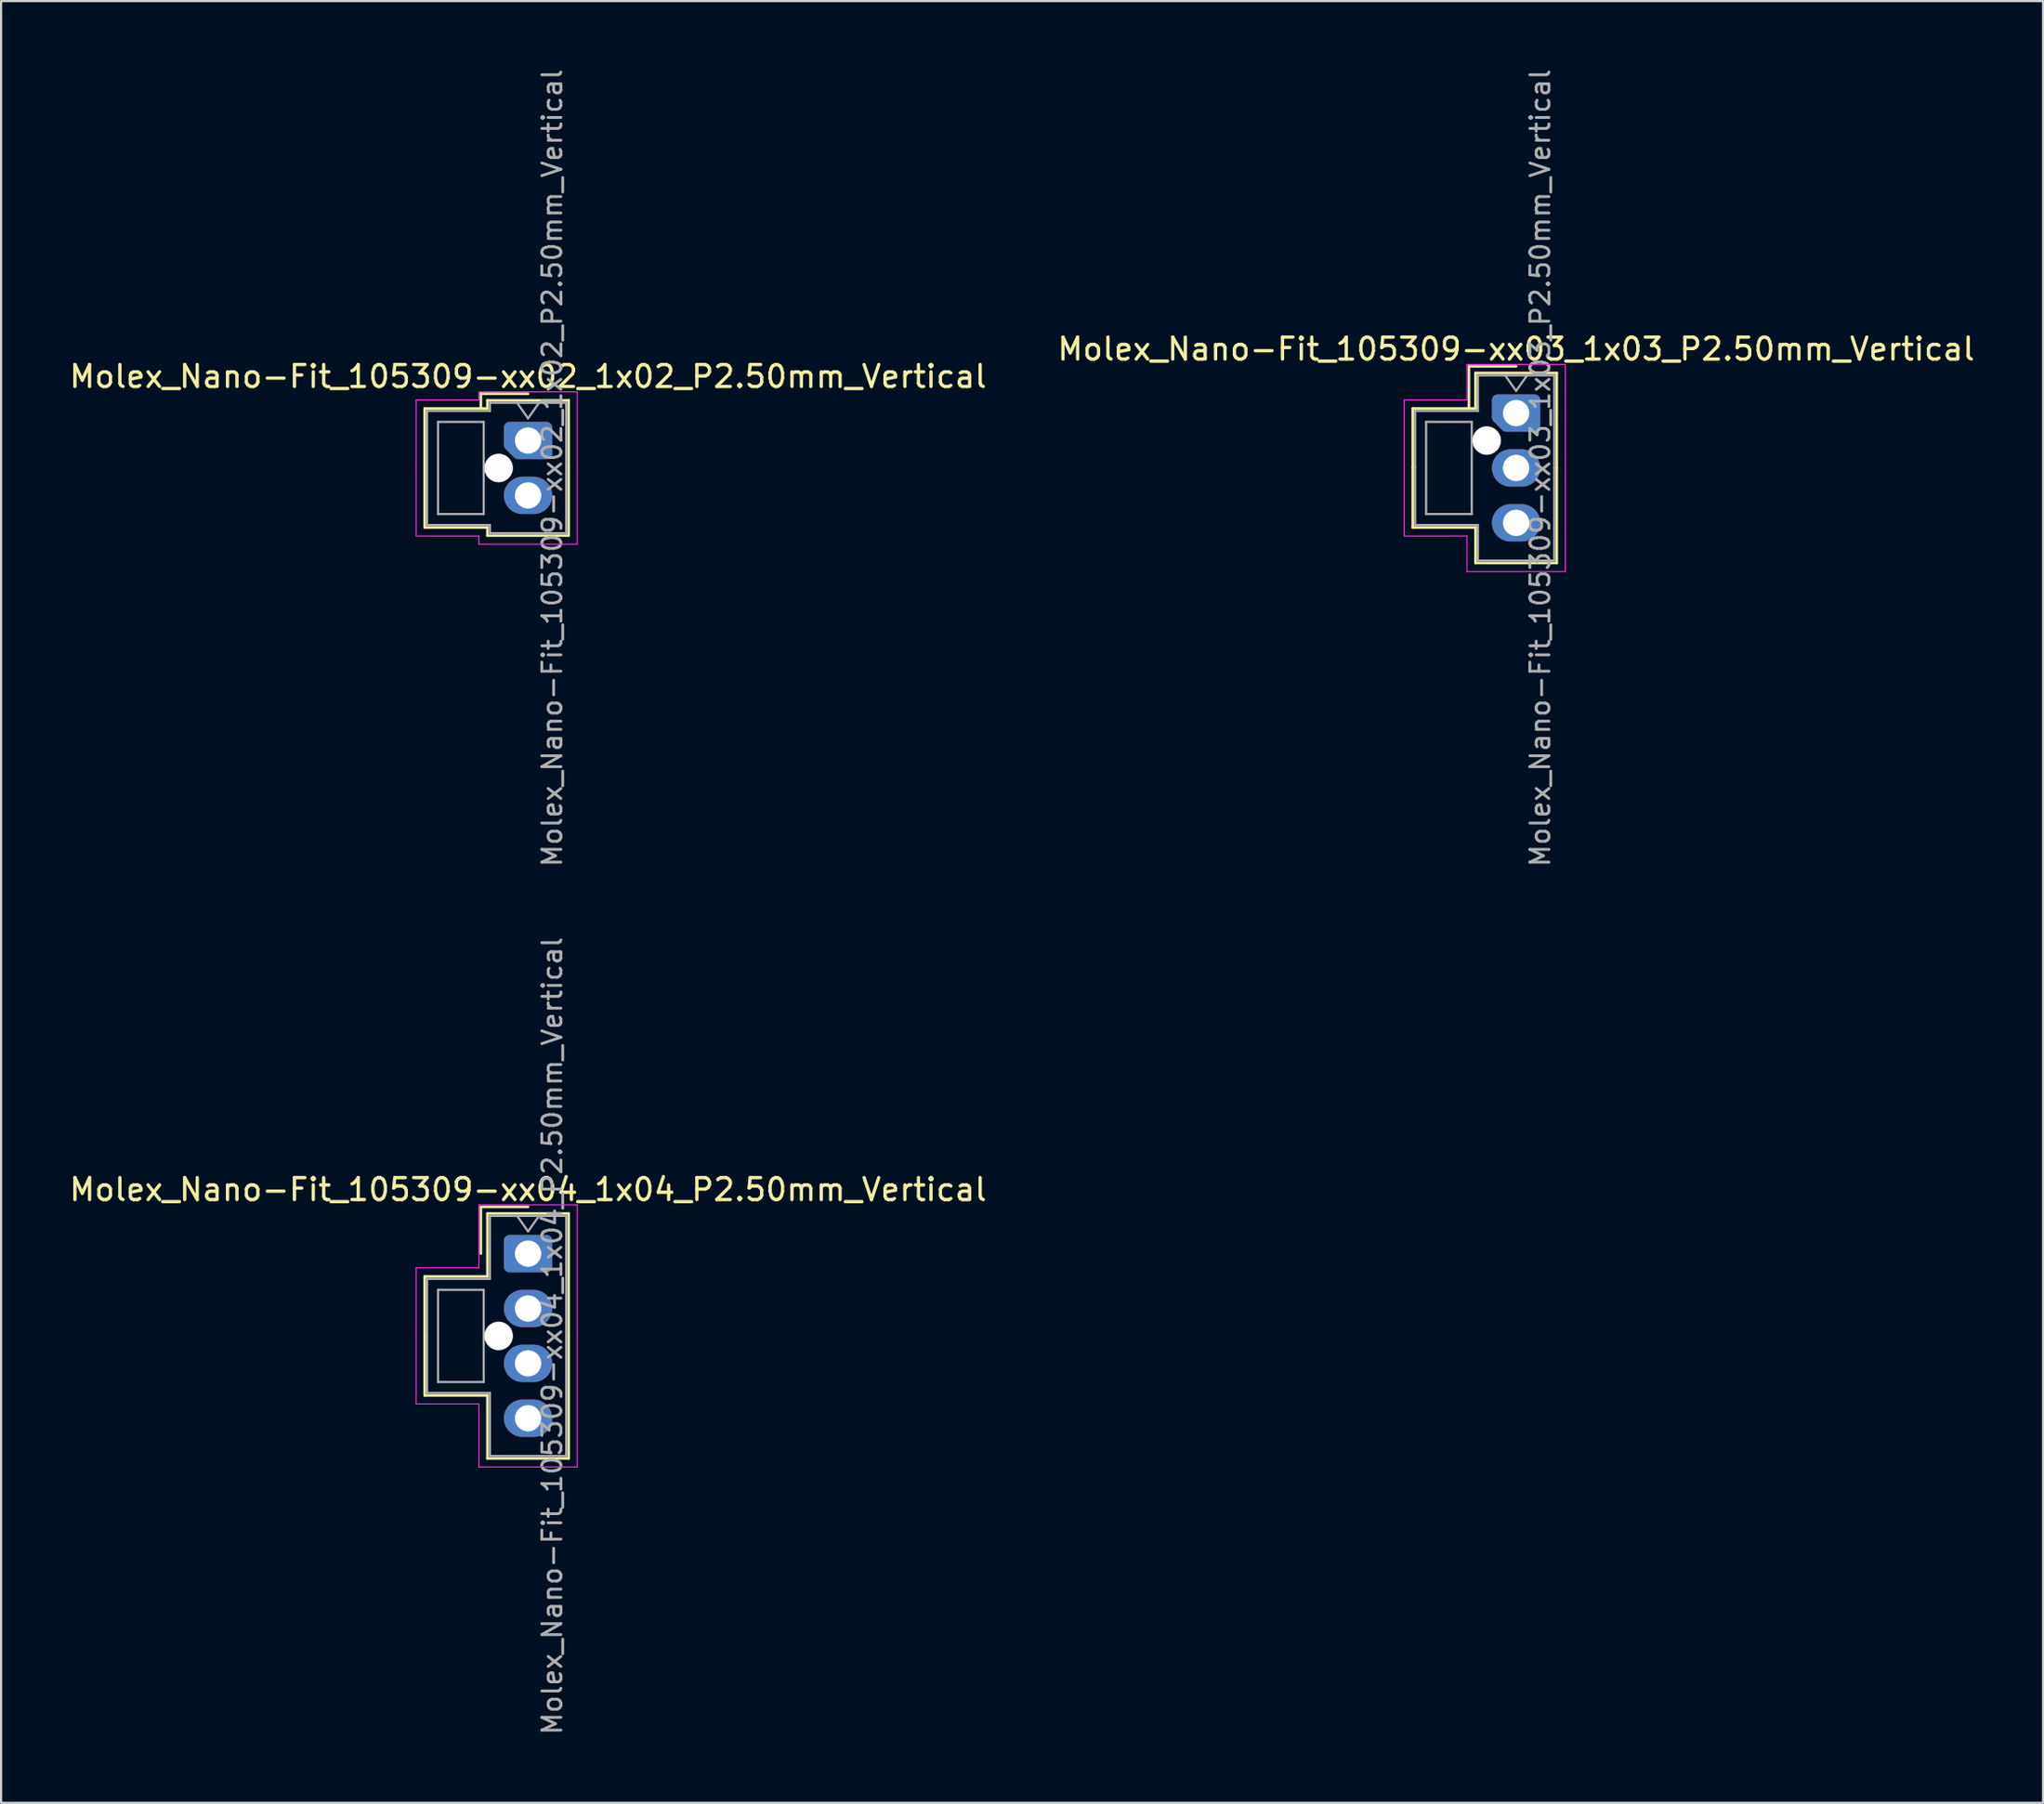
<source format=kicad_pcb>
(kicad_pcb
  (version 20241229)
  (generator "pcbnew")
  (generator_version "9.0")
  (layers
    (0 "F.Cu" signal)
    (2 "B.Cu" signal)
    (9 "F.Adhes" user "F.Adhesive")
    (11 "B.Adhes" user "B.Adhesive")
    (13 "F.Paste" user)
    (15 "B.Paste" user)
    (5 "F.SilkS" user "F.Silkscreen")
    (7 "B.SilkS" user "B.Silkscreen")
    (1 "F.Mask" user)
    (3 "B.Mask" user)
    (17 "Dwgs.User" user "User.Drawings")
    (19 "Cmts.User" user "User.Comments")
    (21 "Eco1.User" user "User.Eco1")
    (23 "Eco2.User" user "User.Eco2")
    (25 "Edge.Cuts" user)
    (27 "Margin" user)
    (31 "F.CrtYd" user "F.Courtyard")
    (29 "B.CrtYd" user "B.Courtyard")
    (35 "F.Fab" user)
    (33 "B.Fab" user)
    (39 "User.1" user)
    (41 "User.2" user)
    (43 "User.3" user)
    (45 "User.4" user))
  (footprint "Molex_Nano-Fit_105309-xx04_1x04_P2.50mm_Vertical"
    (layer "F.Cu")
    (at 21.006 54.073)
    (property "Reference" "Molex_Nano-Fit_105309-xx04_1x04_P2.50mm_Vertical" (at 0 -2.92 0) (layer "F.SilkS") (effects (font (size 1 1) (thickness 0.15))))
    (attr through_hole)
    (fp_line (start -4.71 1.04) (end -4.71 3.75) (stroke (width 0.12) (type solid)) (layer "F.SilkS"))
    (fp_line (start -4.71 6.46) (end -4.71 3.75) (stroke (width 0.12) (type solid)) (layer "F.SilkS"))
    (fp_line (start -2.15 -2.13) (end -2.15 0) (stroke (width 0.12) (type solid)) (layer "F.SilkS"))
    (fp_line (start -1.85 -1.83) (end -1.85 1.04) (stroke (width 0.12) (type solid)) (layer "F.SilkS"))
    (fp_line (start -1.85 1.04) (end -4.71 1.04) (stroke (width 0.12) (type solid)) (layer "F.SilkS"))
    (fp_line (start -1.85 6.46) (end -4.71 6.46) (stroke (width 0.12) (type solid)) (layer "F.SilkS"))
    (fp_line (start -1.85 9.33) (end -1.85 6.46) (stroke (width 0.12) (type solid)) (layer "F.SilkS"))
    (fp_line (start 0 -2.13) (end -2.15 -2.13) (stroke (width 0.12) (type solid)) (layer "F.SilkS"))
    (fp_line (start 1.85 -1.83) (end -1.85 -1.83) (stroke (width 0.12) (type solid)) (layer "F.SilkS"))
    (fp_line (start 1.85 3.75) (end 1.85 -1.83) (stroke (width 0.12) (type solid)) (layer "F.SilkS"))
    (fp_line (start 1.85 3.75) (end 1.85 9.33) (stroke (width 0.12) (type solid)) (layer "F.SilkS"))
    (fp_line (start 1.85 9.33) (end -1.85 9.33) (stroke (width 0.12) (type solid)) (layer "F.SilkS"))
    (fp_line (start -5.1 0.65) (end -5.1 3.75) (stroke (width 0.05) (type solid)) (layer "F.CrtYd"))
    (fp_line (start -5.1 6.85) (end -5.1 3.75) (stroke (width 0.05) (type solid)) (layer "F.CrtYd"))
    (fp_line (start -2.24 -2.22) (end -2.24 0.65) (stroke (width 0.05) (type solid)) (layer "F.CrtYd"))
    (fp_line (start -2.24 0.65) (end -5.1 0.65) (stroke (width 0.05) (type solid)) (layer "F.CrtYd"))
    (fp_line (start -2.24 6.85) (end -5.1 6.85) (stroke (width 0.05) (type solid)) (layer "F.CrtYd"))
    (fp_line (start -2.24 9.72) (end -2.24 6.85) (stroke (width 0.05) (type solid)) (layer "F.CrtYd"))
    (fp_line (start 2.24 -2.22) (end -2.24 -2.22) (stroke (width 0.05) (type solid)) (layer "F.CrtYd"))
    (fp_line (start 2.24 3.75) (end 2.24 -2.22) (stroke (width 0.05) (type solid)) (layer "F.CrtYd"))
    (fp_line (start 2.24 3.75) (end 2.24 9.72) (stroke (width 0.05) (type solid)) (layer "F.CrtYd"))
    (fp_line (start 2.24 9.72) (end -2.24 9.72) (stroke (width 0.05) (type solid)) (layer "F.CrtYd"))
    (fp_line (start -4.6 1.15) (end -4.6 3.75) (stroke (width 0.1) (type solid)) (layer "F.Fab"))
    (fp_line (start -4.6 6.35) (end -4.6 3.75) (stroke (width 0.1) (type solid)) (layer "F.Fab"))
    (fp_line (start -4.1 1.65) (end -4.1 5.85) (stroke (width 0.1) (type solid)) (layer "F.Fab"))
    (fp_line (start -4.1 5.85) (end -2.02 5.85) (stroke (width 0.1) (type solid)) (layer "F.Fab"))
    (fp_line (start -2.02 1.65) (end -4.1 1.65) (stroke (width 0.1) (type solid)) (layer "F.Fab"))
    (fp_line (start -2.02 5.85) (end -2.02 1.65) (stroke (width 0.1) (type solid)) (layer "F.Fab"))
    (fp_line (start -1.74 -1.72) (end -1.74 1.15) (stroke (width 0.1) (type solid)) (layer "F.Fab"))
    (fp_line (start -1.74 1.15) (end -4.6 1.15) (stroke (width 0.1) (type solid)) (layer "F.Fab"))
    (fp_line (start -1.74 6.35) (end -4.6 6.35) (stroke (width 0.1) (type solid)) (layer "F.Fab"))
    (fp_line (start -1.74 9.22) (end -1.74 6.35) (stroke (width 0.1) (type solid)) (layer "F.Fab"))
    (fp_line (start -0.5 -1.72) (end 0 -1.013) (stroke (width 0.1) (type solid)) (layer "F.Fab"))
    (fp_line (start 0 -1.013) (end 0.5 -1.72) (stroke (width 0.1) (type solid)) (layer "F.Fab"))
    (fp_line (start 1.74 -1.72) (end -1.74 -1.72) (stroke (width 0.1) (type solid)) (layer "F.Fab"))
    (fp_line (start 1.74 3.75) (end 1.74 -1.72) (stroke (width 0.1) (type solid)) (layer "F.Fab"))
    (fp_line (start 1.74 3.75) (end 1.74 9.22) (stroke (width 0.1) (type solid)) (layer "F.Fab"))
    (fp_line (start 1.74 9.22) (end -1.74 9.22) (stroke (width 0.1) (type solid)) (layer "F.Fab"))
    (fp_text user "${REFERENCE}" (at 1.1 3.75 90) (layer "F.Fab") (effects (font (size 0.87 0.87) (thickness 0.13))))
    (pad "" np_thru_hole circle (at -1.34 3.75) (size 1.3 1.3) (drill 1.3) (layers "*.Cu" "*.Mask"))
    (pad "1" thru_hole roundrect (at 0 0) (size 2.2 1.7) (drill 1.2) (layers "*.Cu" "*.Mask") (roundrect_rratio 0.147))
    (pad "2" thru_hole oval (at 0 2.5) (size 2.2 1.7) (drill 1.2) (layers "*.Cu" "*.Mask"))
    (pad "3" thru_hole oval (at 0 5) (size 2.2 1.7) (drill 1.2) (layers "*.Cu" "*.Mask"))
    (pad "4" thru_hole oval (at 0 7.5) (size 2.2 1.7) (drill 1.2) (layers "*.Cu" "*.Mask")))
  (footprint "Molex_Nano-Fit_105309-xx02_1x02_P2.50mm_Vertical"
    (layer "F.Cu")
    (at 21.006 17.024)
    (property "Reference" "Molex_Nano-Fit_105309-xx02_1x02_P2.50mm_Vertical" (at 0 -2.92 0) (layer "F.SilkS") (effects (font (size 1 1) (thickness 0.15))))
    (attr through_hole)
    (fp_line (start -4.71 -1.46) (end -4.71 1.25) (stroke (width 0.12) (type solid)) (layer "F.SilkS"))
    (fp_line (start -4.71 3.96) (end -4.71 1.25) (stroke (width 0.12) (type solid)) (layer "F.SilkS"))
    (fp_line (start -2.15 -2.13) (end -2.15 -1.46) (stroke (width 0.12) (type solid)) (layer "F.SilkS"))
    (fp_line (start -1.85 -1.83) (end -1.85 -1.46) (stroke (width 0.12) (type solid)) (layer "F.SilkS"))
    (fp_line (start -1.85 -1.46) (end -4.71 -1.46) (stroke (width 0.12) (type solid)) (layer "F.SilkS"))
    (fp_line (start -1.85 3.96) (end -4.71 3.96) (stroke (width 0.12) (type solid)) (layer "F.SilkS"))
    (fp_line (start -1.85 4.33) (end -1.85 3.96) (stroke (width 0.12) (type solid)) (layer "F.SilkS"))
    (fp_line (start 0 -2.13) (end -2.15 -2.13) (stroke (width 0.12) (type solid)) (layer "F.SilkS"))
    (fp_line (start 1.85 -1.83) (end -1.85 -1.83) (stroke (width 0.12) (type solid)) (layer "F.SilkS"))
    (fp_line (start 1.85 1.25) (end 1.85 -1.83) (stroke (width 0.12) (type solid)) (layer "F.SilkS"))
    (fp_line (start 1.85 1.25) (end 1.85 4.33) (stroke (width 0.12) (type solid)) (layer "F.SilkS"))
    (fp_line (start 1.85 4.33) (end -1.85 4.33) (stroke (width 0.12) (type solid)) (layer "F.SilkS"))
    (fp_line (start -5.1 -1.85) (end -5.1 1.25) (stroke (width 0.05) (type solid)) (layer "F.CrtYd"))
    (fp_line (start -5.1 4.35) (end -5.1 1.25) (stroke (width 0.05) (type solid)) (layer "F.CrtYd"))
    (fp_line (start -2.24 -2.22) (end -2.24 -1.85) (stroke (width 0.05) (type solid)) (layer "F.CrtYd"))
    (fp_line (start -2.24 -1.85) (end -5.1 -1.85) (stroke (width 0.05) (type solid)) (layer "F.CrtYd"))
    (fp_line (start -2.24 4.35) (end -5.1 4.35) (stroke (width 0.05) (type solid)) (layer "F.CrtYd"))
    (fp_line (start -2.24 4.72) (end -2.24 4.35) (stroke (width 0.05) (type solid)) (layer "F.CrtYd"))
    (fp_line (start 2.24 -2.22) (end -2.24 -2.22) (stroke (width 0.05) (type solid)) (layer "F.CrtYd"))
    (fp_line (start 2.24 1.25) (end 2.24 -2.22) (stroke (width 0.05) (type solid)) (layer "F.CrtYd"))
    (fp_line (start 2.24 1.25) (end 2.24 4.72) (stroke (width 0.05) (type solid)) (layer "F.CrtYd"))
    (fp_line (start 2.24 4.72) (end -2.24 4.72) (stroke (width 0.05) (type solid)) (layer "F.CrtYd"))
    (fp_line (start -4.6 -1.35) (end -4.6 1.25) (stroke (width 0.1) (type solid)) (layer "F.Fab"))
    (fp_line (start -4.6 3.85) (end -4.6 1.25) (stroke (width 0.1) (type solid)) (layer "F.Fab"))
    (fp_line (start -4.1 -0.85) (end -4.1 3.35) (stroke (width 0.1) (type solid)) (layer "F.Fab"))
    (fp_line (start -4.1 3.35) (end -2.02 3.35) (stroke (width 0.1) (type solid)) (layer "F.Fab"))
    (fp_line (start -2.02 -0.85) (end -4.1 -0.85) (stroke (width 0.1) (type solid)) (layer "F.Fab"))
    (fp_line (start -2.02 3.35) (end -2.02 -0.85) (stroke (width 0.1) (type solid)) (layer "F.Fab"))
    (fp_line (start -1.74 -1.72) (end -1.74 -1.35) (stroke (width 0.1) (type solid)) (layer "F.Fab"))
    (fp_line (start -1.74 -1.35) (end -4.6 -1.35) (stroke (width 0.1) (type solid)) (layer "F.Fab"))
    (fp_line (start -1.74 3.85) (end -4.6 3.85) (stroke (width 0.1) (type solid)) (layer "F.Fab"))
    (fp_line (start -1.74 4.22) (end -1.74 3.85) (stroke (width 0.1) (type solid)) (layer "F.Fab"))
    (fp_line (start -0.5 -1.72) (end 0 -1.013) (stroke (width 0.1) (type solid)) (layer "F.Fab"))
    (fp_line (start 0 -1.013) (end 0.5 -1.72) (stroke (width 0.1) (type solid)) (layer "F.Fab"))
    (fp_line (start 1.74 -1.72) (end -1.74 -1.72) (stroke (width 0.1) (type solid)) (layer "F.Fab"))
    (fp_line (start 1.74 1.25) (end 1.74 -1.72) (stroke (width 0.1) (type solid)) (layer "F.Fab"))
    (fp_line (start 1.74 1.25) (end 1.74 4.22) (stroke (width 0.1) (type solid)) (layer "F.Fab"))
    (fp_line (start 1.74 4.22) (end -1.74 4.22) (stroke (width 0.1) (type solid)) (layer "F.Fab"))
    (fp_text user "${REFERENCE}" (at 1.1 1.25 90) (layer "F.Fab") (effects (font (size 0.87 0.87) (thickness 0.13))))
    (pad "" np_thru_hole circle (at -1.34 1.25) (size 1.3 1.3) (drill 1.3) (layers "*.Cu" "*.Mask"))
    (pad "1" thru_hole custom (at 0 0) (size 1.417 1.417) (drill 1.2) (layers "*.Cu" "*.Mask") (options (anchor circle)) (primitives (gr_poly (pts (xy 0.85 0.6) (xy -0.45 0.6) (xy -0.85 0.2) (xy -0.85 -0.6) (xy 0.85 -0.6)) (width 0.5) (fill yes))))
    (pad "2" thru_hole oval (at 0 2.5) (size 2.2 1.7) (drill 1.2) (layers "*.Cu" "*.Mask")))
  (footprint "Molex_Nano-Fit_105309-xx03_1x03_P2.50mm_Vertical"
    (layer "F.Cu")
    (at 66.018 15.774)
    (property "Reference" "Molex_Nano-Fit_105309-xx03_1x03_P2.50mm_Vertical" (at 0 -2.92 0) (layer "F.SilkS") (effects (font (size 1 1) (thickness 0.15))))
    (attr through_hole)
    (fp_line (start -4.71 -0.21) (end -4.71 2.5) (stroke (width 0.12) (type solid)) (layer "F.SilkS"))
    (fp_line (start -4.71 5.21) (end -4.71 2.5) (stroke (width 0.12) (type solid)) (layer "F.SilkS"))
    (fp_line (start -2.15 -2.13) (end -2.15 -0.21) (stroke (width 0.12) (type solid)) (layer "F.SilkS"))
    (fp_line (start -1.85 -1.83) (end -1.85 -0.21) (stroke (width 0.12) (type solid)) (layer "F.SilkS"))
    (fp_line (start -1.85 -0.21) (end -4.71 -0.21) (stroke (width 0.12) (type solid)) (layer "F.SilkS"))
    (fp_line (start -1.85 5.21) (end -4.71 5.21) (stroke (width 0.12) (type solid)) (layer "F.SilkS"))
    (fp_line (start -1.85 6.83) (end -1.85 5.21) (stroke (width 0.12) (type solid)) (layer "F.SilkS"))
    (fp_line (start 0 -2.13) (end -2.15 -2.13) (stroke (width 0.12) (type solid)) (layer "F.SilkS"))
    (fp_line (start 1.85 -1.83) (end -1.85 -1.83) (stroke (width 0.12) (type solid)) (layer "F.SilkS"))
    (fp_line (start 1.85 2.5) (end 1.85 -1.83) (stroke (width 0.12) (type solid)) (layer "F.SilkS"))
    (fp_line (start 1.85 2.5) (end 1.85 6.83) (stroke (width 0.12) (type solid)) (layer "F.SilkS"))
    (fp_line (start 1.85 6.83) (end -1.85 6.83) (stroke (width 0.12) (type solid)) (layer "F.SilkS"))
    (fp_line (start -5.1 -0.6) (end -5.1 2.5) (stroke (width 0.05) (type solid)) (layer "F.CrtYd"))
    (fp_line (start -5.1 5.6) (end -5.1 2.5) (stroke (width 0.05) (type solid)) (layer "F.CrtYd"))
    (fp_line (start -2.24 -2.22) (end -2.24 -0.6) (stroke (width 0.05) (type solid)) (layer "F.CrtYd"))
    (fp_line (start -2.24 -0.6) (end -5.1 -0.6) (stroke (width 0.05) (type solid)) (layer "F.CrtYd"))
    (fp_line (start -2.24 5.6) (end -5.1 5.6) (stroke (width 0.05) (type solid)) (layer "F.CrtYd"))
    (fp_line (start -2.24 7.22) (end -2.24 5.6) (stroke (width 0.05) (type solid)) (layer "F.CrtYd"))
    (fp_line (start 2.24 -2.22) (end -2.24 -2.22) (stroke (width 0.05) (type solid)) (layer "F.CrtYd"))
    (fp_line (start 2.24 2.5) (end 2.24 -2.22) (stroke (width 0.05) (type solid)) (layer "F.CrtYd"))
    (fp_line (start 2.24 2.5) (end 2.24 7.22) (stroke (width 0.05) (type solid)) (layer "F.CrtYd"))
    (fp_line (start 2.24 7.22) (end -2.24 7.22) (stroke (width 0.05) (type solid)) (layer "F.CrtYd"))
    (fp_line (start -4.6 -0.1) (end -4.6 2.5) (stroke (width 0.1) (type solid)) (layer "F.Fab"))
    (fp_line (start -4.6 5.1) (end -4.6 2.5) (stroke (width 0.1) (type solid)) (layer "F.Fab"))
    (fp_line (start -4.1 0.4) (end -4.1 4.6) (stroke (width 0.1) (type solid)) (layer "F.Fab"))
    (fp_line (start -4.1 4.6) (end -2.02 4.6) (stroke (width 0.1) (type solid)) (layer "F.Fab"))
    (fp_line (start -2.02 0.4) (end -4.1 0.4) (stroke (width 0.1) (type solid)) (layer "F.Fab"))
    (fp_line (start -2.02 4.6) (end -2.02 0.4) (stroke (width 0.1) (type solid)) (layer "F.Fab"))
    (fp_line (start -1.74 -1.72) (end -1.74 -0.1) (stroke (width 0.1) (type solid)) (layer "F.Fab"))
    (fp_line (start -1.74 -0.1) (end -4.6 -0.1) (stroke (width 0.1) (type solid)) (layer "F.Fab"))
    (fp_line (start -1.74 5.1) (end -4.6 5.1) (stroke (width 0.1) (type solid)) (layer "F.Fab"))
    (fp_line (start -1.74 6.72) (end -1.74 5.1) (stroke (width 0.1) (type solid)) (layer "F.Fab"))
    (fp_line (start -0.5 -1.72) (end 0 -1.013) (stroke (width 0.1) (type solid)) (layer "F.Fab"))
    (fp_line (start 0 -1.013) (end 0.5 -1.72) (stroke (width 0.1) (type solid)) (layer "F.Fab"))
    (fp_line (start 1.74 -1.72) (end -1.74 -1.72) (stroke (width 0.1) (type solid)) (layer "F.Fab"))
    (fp_line (start 1.74 2.5) (end 1.74 -1.72) (stroke (width 0.1) (type solid)) (layer "F.Fab"))
    (fp_line (start 1.74 2.5) (end 1.74 6.72) (stroke (width 0.1) (type solid)) (layer "F.Fab"))
    (fp_line (start 1.74 6.72) (end -1.74 6.72) (stroke (width 0.1) (type solid)) (layer "F.Fab"))
    (fp_text user "${REFERENCE}" (at 1.1 2.5 90) (layer "F.Fab") (effects (font (size 0.87 0.87) (thickness 0.13))))
    (pad "" np_thru_hole circle (at -1.34 1.25) (size 1.3 1.3) (drill 1.3) (layers "*.Cu" "*.Mask"))
    (pad "1" thru_hole custom (at 0 0) (size 1.417 1.417) (drill 1.2) (layers "*.Cu" "*.Mask") (options (anchor circle)) (primitives (gr_poly (pts (xy 0.85 0.6) (xy -0.45 0.6) (xy -0.85 0.2) (xy -0.85 -0.6) (xy 0.85 -0.6)) (width 0.5) (fill yes))))
    (pad "2" thru_hole oval (at 0 2.5) (size 2.2 1.7) (drill 1.2) (layers "*.Cu" "*.Mask"))
    (pad "3" thru_hole oval (at 0 5) (size 2.2 1.7) (drill 1.2) (layers "*.Cu" "*.Mask")))
  (gr_rect
    (start -3 -3)
    (end 90.024 79.098)
    (stroke (width 0.1) (type default))
    (fill no)
    (layer "Edge.Cuts")))
</source>
